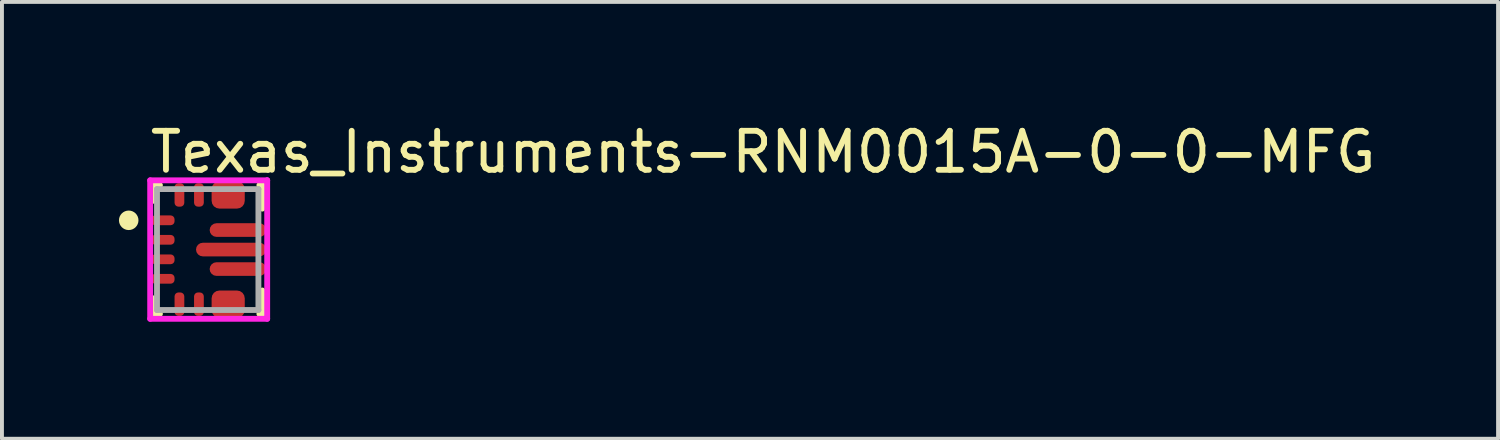
<source format=kicad_pcb>
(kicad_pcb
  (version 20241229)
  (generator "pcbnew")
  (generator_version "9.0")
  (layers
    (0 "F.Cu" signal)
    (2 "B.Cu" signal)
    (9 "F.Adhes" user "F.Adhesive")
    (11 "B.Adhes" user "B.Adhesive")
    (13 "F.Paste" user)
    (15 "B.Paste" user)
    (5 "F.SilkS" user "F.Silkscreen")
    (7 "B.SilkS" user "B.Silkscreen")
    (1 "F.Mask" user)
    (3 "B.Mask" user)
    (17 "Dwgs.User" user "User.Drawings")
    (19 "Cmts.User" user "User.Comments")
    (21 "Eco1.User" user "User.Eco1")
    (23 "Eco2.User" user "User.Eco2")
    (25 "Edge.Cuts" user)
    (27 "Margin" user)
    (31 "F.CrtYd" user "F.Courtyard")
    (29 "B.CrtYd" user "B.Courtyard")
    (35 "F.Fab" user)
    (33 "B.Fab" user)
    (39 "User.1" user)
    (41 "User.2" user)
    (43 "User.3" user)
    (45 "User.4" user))
  (footprint "Texas_Instruments-RNM0015A-0-0-MFG"
    (layer "F.Cu")
    (at 2.275 3.348)
    (property "Reference" "Texas_Instruments-RNM0015A-0-0-MFG" (at -1.55 -2.5 0) (layer "F.SilkS") (effects (font (size 1 1) (thickness 0.15)) (justify left)))
    (attr through_hole)
    (fp_line (start -1.4 -1.65) (end -1.225 -1.65) (stroke (width 0.15) (type solid)) (layer "F.SilkS"))
    (fp_line (start -1.4 -1.25) (end -1.4 -1.65) (stroke (width 0.15) (type solid)) (layer "F.SilkS"))
    (fp_line (start -1.4 1.65) (end -1.4 1.25) (stroke (width 0.15) (type solid)) (layer "F.SilkS"))
    (fp_line (start -1.4 1.65) (end -1.225 1.65) (stroke (width 0.15) (type solid)) (layer "F.SilkS"))
    (fp_line (start 1.325 -1.65) (end 1.4 -1.65) (stroke (width 0.15) (type solid)) (layer "F.SilkS"))
    (fp_line (start 1.325 1.65) (end 1.4 1.65) (stroke (width 0.15) (type solid)) (layer "F.SilkS"))
    (fp_line (start 1.4 -1.05) (end 1.4 -1.65) (stroke (width 0.15) (type solid)) (layer "F.SilkS"))
    (fp_line (start 1.4 1.65) (end 1.4 1.05) (stroke (width 0.15) (type solid)) (layer "F.SilkS"))
    (fp_circle (center -2.025 -0.75) (end -1.9 -0.75) (stroke (width 0.25) (type solid)) (fill no) (layer "F.SilkS"))
    (fp_line (start -1.475 -1.775) (end -1.475 1.775) (stroke (width 0.15) (type solid)) (layer "F.CrtYd"))
    (fp_line (start -1.475 1.775) (end 1.525 1.775) (stroke (width 0.15) (type solid)) (layer "F.CrtYd"))
    (fp_line (start 1.525 -1.775) (end -1.475 -1.775) (stroke (width 0.15) (type solid)) (layer "F.CrtYd"))
    (fp_line (start 1.525 -1.775) (end 1.525 -1.775) (stroke (width 0.15) (type solid)) (layer "F.CrtYd"))
    (fp_line (start 1.525 1.775) (end 1.525 -1.775) (stroke (width 0.15) (type solid)) (layer "F.CrtYd"))
    (fp_line (start -1.3 -1.55) (end 1.3 -1.55) (stroke (width 0.15) (type solid)) (layer "F.Fab"))
    (fp_line (start -1.3 1.55) (end -1.3 -1.55) (stroke (width 0.15) (type solid)) (layer "F.Fab"))
    (fp_line (start 1.3 -1.55) (end 1.3 1.55) (stroke (width 0.15) (type solid)) (layer "F.Fab"))
    (fp_line (start 1.3 1.55) (end -1.3 1.55) (stroke (width 0.15) (type solid)) (layer "F.Fab"))
    (pad "" smd roundrect (at -1.15 -0.75) (size 0.7 0.35) (layers "F.Mask") (roundrect_rratio 0.5))
    (pad "" smd roundrect (at -1.15 -0.25) (size 0.7 0.35) (layers "F.Mask") (roundrect_rratio 0.5))
    (pad "" smd roundrect (at -1.15 0.25) (size 0.7 0.35) (layers "F.Mask") (roundrect_rratio 0.5))
    (pad "" smd roundrect (at -1.15 0.75) (size 0.7 0.35) (layers "F.Mask") (roundrect_rratio 0.5))
    (pad "" smd roundrect (at -0.725 -1.4) (size 0.35 0.7) (layers "F.Mask") (roundrect_rratio 0.5))
    (pad "" smd roundrect (at -0.725 1.4) (size 0.35 0.7) (layers "F.Mask") (roundrect_rratio 0.5))
    (pad "" smd roundrect (at -0.225 -1.4) (size 0.35 0.7) (layers "F.Mask") (roundrect_rratio 0.5))
    (pad "" smd roundrect (at -0.225 1.4) (size 0.35 0.7) (layers "F.Mask") (roundrect_rratio 0.5))
    (pad "" smd roundrect (at 0.14 0) (size 0.72 0.25) (layers "F.Paste") (roundrect_rratio 0.4))
    (pad "" smd custom (at 0.275 1.425) (size 0.2 0.2) (layers "F.Mask" "F.Paste") (options (anchor circle)) (primitives (gr_poly (pts (xy -0.125 0.225) (xy -0.125 0.229) (xy -0.124 0.233) (xy -0.124 0.237) (xy -0.123 0.24) (xy -0.121 0.244) (xy -0.12 0.248) (xy -0.118 0.251) (xy -0.115 0.254) (xy -0.113 0.257) (xy -0.11 0.26) (xy -0.107 0.263) (xy -0.104 0.265) (xy -0.101 0.268) (xy -0.098 0.27) (xy -0.094 0.271) (xy -0.09 0.273) (xy -0.087 0.274) (xy -0.083 0.274) (xy -0.079 0.275) (xy -0.075 0.275) (xy 0.075 0.275) (xy 0.079 0.275) (xy 0.083 0.274) (xy 0.087 0.274) (xy 0.09 0.273) (xy 0.094 0.271) (xy 0.098 0.27) (xy 0.101 0.268) (xy 0.104 0.265) (xy 0.107 0.263) (xy 0.11 0.26) (xy 0.113 0.257) (xy 0.115 0.254) (xy 0.118 0.251) (xy 0.12 0.248) (xy 0.121 0.244) (xy 0.123 0.24) (xy 0.124 0.237) (xy 0.124 0.233) (xy 0.125 0.229) (xy 0.125 0.225) (xy 0.125 -0.075) (xy 0.375 -0.075) (xy 0.375 0.225) (xy 0.375 0.229) (xy 0.376 0.233) (xy 0.376 0.237) (xy 0.377 0.24) (xy 0.379 0.244) (xy 0.38 0.248) (xy 0.382 0.251) (xy 0.385 0.254) (xy 0.387 0.257) (xy 0.39 0.26) (xy 0.393 0.263) (xy 0.396 0.265) (xy 0.399 0.268) (xy 0.402 0.27) (xy 0.406 0.271) (xy 0.41 0.273) (xy 0.413 0.274) (xy 0.417 0.274) (xy 0.421 0.275) (xy 0.425 0.275) (xy 0.575 0.275) (xy 0.579 0.275) (xy 0.583 0.274) (xy 0.587 0.274) (xy 0.59 0.273) (xy 0.594 0.271) (xy 0.598 0.27) (xy 0.601 0.268) (xy 0.604 0.265) (xy 0.607 0.263) (xy 0.61 0.26) (xy 0.613 0.257) (xy 0.615 0.254) (xy 0.618 0.251) (xy 0.62 0.248) (xy 0.621 0.244) (xy 0.623 0.24) (xy 0.624 0.237) (xy 0.624 0.233) (xy 0.625 0.229) (xy 0.625 0.225) (xy 0.625 -0.275) (xy 0.625 -0.279) (xy 0.624 -0.283) (xy 0.624 -0.287) (xy 0.623 -0.29) (xy 0.621 -0.294) (xy 0.62 -0.298) (xy 0.618 -0.301) (xy 0.615 -0.304) (xy 0.613 -0.307) (xy 0.61 -0.31) (xy 0.607 -0.313) (xy 0.604 -0.315) (xy 0.601 -0.318) (xy 0.598 -0.32) (xy 0.594 -0.321) (xy 0.59 -0.323) (xy 0.587 -0.324) (xy 0.583 -0.324) (xy 0.579 -0.325) (xy 0.575 -0.325) (xy -0.075 -0.325) (xy -0.079 -0.325) (xy -0.083 -0.324) (xy -0.087 -0.324) (xy -0.09 -0.323) (xy -0.094 -0.321) (xy -0.098 -0.32) (xy -0.101 -0.318) (xy -0.104 -0.315) (xy -0.107 -0.313) (xy -0.11 -0.31) (xy -0.113 -0.307) (xy -0.115 -0.304) (xy -0.118 -0.301) (xy -0.12 -0.298) (xy -0.121 -0.294) (xy -0.123 -0.29) (xy -0.124 -0.287) (xy -0.124 -0.283) (xy -0.125 -0.279) (xy -0.125 -0.275) (xy -0.125 0.225)) (width 0) (fill yes))))
    (pad "" smd roundrect (at 0.388 -0.5) (size 0.575 0.25) (layers "F.Paste") (roundrect_rratio 0.4))
    (pad "" smd roundrect (at 0.388 0.5) (size 0.575 0.25) (layers "F.Paste") (roundrect_rratio 0.4))
    (pad "" smd custom (at 0.525 -1.225) (size 0.2 0.2) (layers "F.Mask" "F.Paste") (options (anchor circle)) (primitives (gr_poly (pts (xy -0.375 -0.425) (xy -0.375 0.075) (xy -0.375 0.079) (xy -0.374 0.083) (xy -0.374 0.087) (xy -0.373 0.09) (xy -0.371 0.094) (xy -0.37 0.098) (xy -0.368 0.101) (xy -0.365 0.104) (xy -0.363 0.107) (xy -0.36 0.11) (xy -0.357 0.113) (xy -0.354 0.115) (xy -0.351 0.118) (xy -0.348 0.12) (xy -0.344 0.121) (xy -0.34 0.123) (xy -0.337 0.124) (xy -0.333 0.124) (xy -0.329 0.125) (xy -0.325 0.125) (xy 0.325 0.125) (xy 0.329 0.125) (xy 0.333 0.124) (xy 0.337 0.124) (xy 0.34 0.123) (xy 0.344 0.121) (xy 0.348 0.12) (xy 0.351 0.118) (xy 0.354 0.115) (xy 0.357 0.113) (xy 0.36 0.11) (xy 0.363 0.107) (xy 0.365 0.104) (xy 0.368 0.101) (xy 0.37 0.098) (xy 0.371 0.094) (xy 0.373 0.09) (xy 0.374 0.087) (xy 0.374 0.083) (xy 0.375 0.079) (xy 0.375 0.075) (xy 0.375 -0.425) (xy 0.375 -0.429) (xy 0.374 -0.433) (xy 0.374 -0.437) (xy 0.373 -0.44) (xy 0.371 -0.444) (xy 0.37 -0.448) (xy 0.368 -0.451) (xy 0.365 -0.454) (xy 0.363 -0.457) (xy 0.36 -0.46) (xy 0.357 -0.463) (xy 0.354 -0.465) (xy 0.351 -0.468) (xy 0.348 -0.47) (xy 0.344 -0.471) (xy 0.34 -0.473) (xy 0.337 -0.474) (xy 0.333 -0.474) (xy 0.329 -0.475) (xy 0.325 -0.475) (xy 0.175 -0.475) (xy 0.171 -0.475) (xy 0.167 -0.474) (xy 0.163 -0.474) (xy 0.16 -0.473) (xy 0.156 -0.471) (xy 0.152 -0.47) (xy 0.149 -0.468) (xy 0.146 -0.465) (xy 0.143 -0.463) (xy 0.14 -0.46) (xy 0.137 -0.457) (xy 0.135 -0.454) (xy 0.132 -0.451) (xy 0.13 -0.448) (xy 0.129 -0.444) (xy 0.127 -0.44) (xy 0.126 -0.437) (xy 0.126 -0.433) (xy 0.125 -0.429) (xy 0.125 -0.425) (xy 0.125 -0.125) (xy -0.125 -0.125) (xy -0.125 -0.425) (xy -0.125 -0.429) (xy -0.126 -0.433) (xy -0.126 -0.437) (xy -0.127 -0.44) (xy -0.129 -0.444) (xy -0.13 -0.448) (xy -0.132 -0.451) (xy -0.135 -0.454) (xy -0.137 -0.457) (xy -0.14 -0.46) (xy -0.143 -0.463) (xy -0.146 -0.465) (xy -0.149 -0.468) (xy -0.152 -0.47) (xy -0.156 -0.471) (xy -0.16 -0.473) (xy -0.163 -0.474) (xy -0.167 -0.474) (xy -0.171 -0.475) (xy -0.175 -0.475) (xy -0.325 -0.475) (xy -0.329 -0.475) (xy -0.333 -0.474) (xy -0.337 -0.474) (xy -0.34 -0.473) (xy -0.344 -0.471) (xy -0.348 -0.47) (xy -0.351 -0.468) (xy -0.354 -0.465) (xy -0.357 -0.463) (xy -0.36 -0.46) (xy -0.363 -0.457) (xy -0.365 -0.454) (xy -0.368 -0.451) (xy -0.37 -0.448) (xy -0.371 -0.444) (xy -0.373 -0.44) (xy -0.374 -0.437) (xy -0.374 -0.433) (xy -0.375 -0.429) (xy -0.375 -0.425)) (width 0) (fill yes))))
    (pad "" smd roundrect (at 0.6 0) (size 1.7 0.25) (layers "F.Mask") (roundrect_rratio 0.4))
    (pad "" smd roundrect (at 0.775 -0.5) (size 1.35 0.25) (layers "F.Mask") (roundrect_rratio 0.4))
    (pad "" smd roundrect (at 0.775 0.5) (size 1.35 0.25) (layers "F.Mask") (roundrect_rratio 0.4))
    (pad "" smd roundrect (at 1.06 0) (size 0.72 0.25) (layers "F.Paste") (roundrect_rratio 0.4))
    (pad "" smd roundrect (at 1.163 -0.5) (size 0.575 0.25) (layers "F.Paste") (roundrect_rratio 0.4))
    (pad "" smd roundrect (at 1.163 0.5) (size 0.575 0.25) (layers "F.Paste") (roundrect_rratio 0.4))
    (pad "1" smd roundrect (at -1.15 -0.75) (size 0.6 0.25) (layers "F.Cu" "F.Paste") (roundrect_rratio 0.4))
    (pad "2" smd roundrect (at -1.15 -0.25) (size 0.6 0.25) (layers "F.Cu" "F.Paste") (roundrect_rratio 0.4))
    (pad "3" smd roundrect (at -1.15 0.25) (size 0.6 0.25) (layers "F.Cu" "F.Paste") (roundrect_rratio 0.4))
    (pad "4" smd roundrect (at -1.15 0.75) (size 0.6 0.25) (layers "F.Cu" "F.Paste") (roundrect_rratio 0.4))
    (pad "5" smd roundrect (at -0.725 1.4) (size 0.25 0.6) (layers "F.Cu" "F.Paste") (roundrect_rratio 0.4))
    (pad "6" smd roundrect (at -0.225 1.4) (size 0.25 0.6) (layers "F.Cu" "F.Paste") (roundrect_rratio 0.4))
    (pad "7-8" smd roundrect (at 0.525 1.4) (size 0.85 0.7) (layers "F.Cu") (roundrect_rratio 0.286))
    (pad "9" smd roundrect (at 0.775 0.5) (size 1.45 0.35) (layers "F.Cu") (roundrect_rratio 0.5))
    (pad "10" smd roundrect (at 0.6 0) (size 1.8 0.35) (layers "F.Cu") (roundrect_rratio 0.5))
    (pad "11" smd roundrect (at 0.775 -0.5) (size 1.45 0.35) (layers "F.Cu") (roundrect_rratio 0.5))
    (pad "12-13" smd roundrect (at 0.525 -1.4) (size 0.85 0.7) (layers "F.Cu") (roundrect_rratio 0.286))
    (pad "14" smd roundrect (at -0.225 -1.4) (size 0.25 0.6) (layers "F.Cu" "F.Paste") (roundrect_rratio 0.4))
    (pad "15" smd roundrect (at -0.725 -1.4) (size 0.25 0.6) (layers "F.Cu" "F.Paste") (roundrect_rratio 0.4)))
  (gr_rect
    (start -3 -3)
    (end 35.356 8.198)
    (stroke (width 0.1) (type default))
    (fill no)
    (layer "Edge.Cuts")))
</source>
